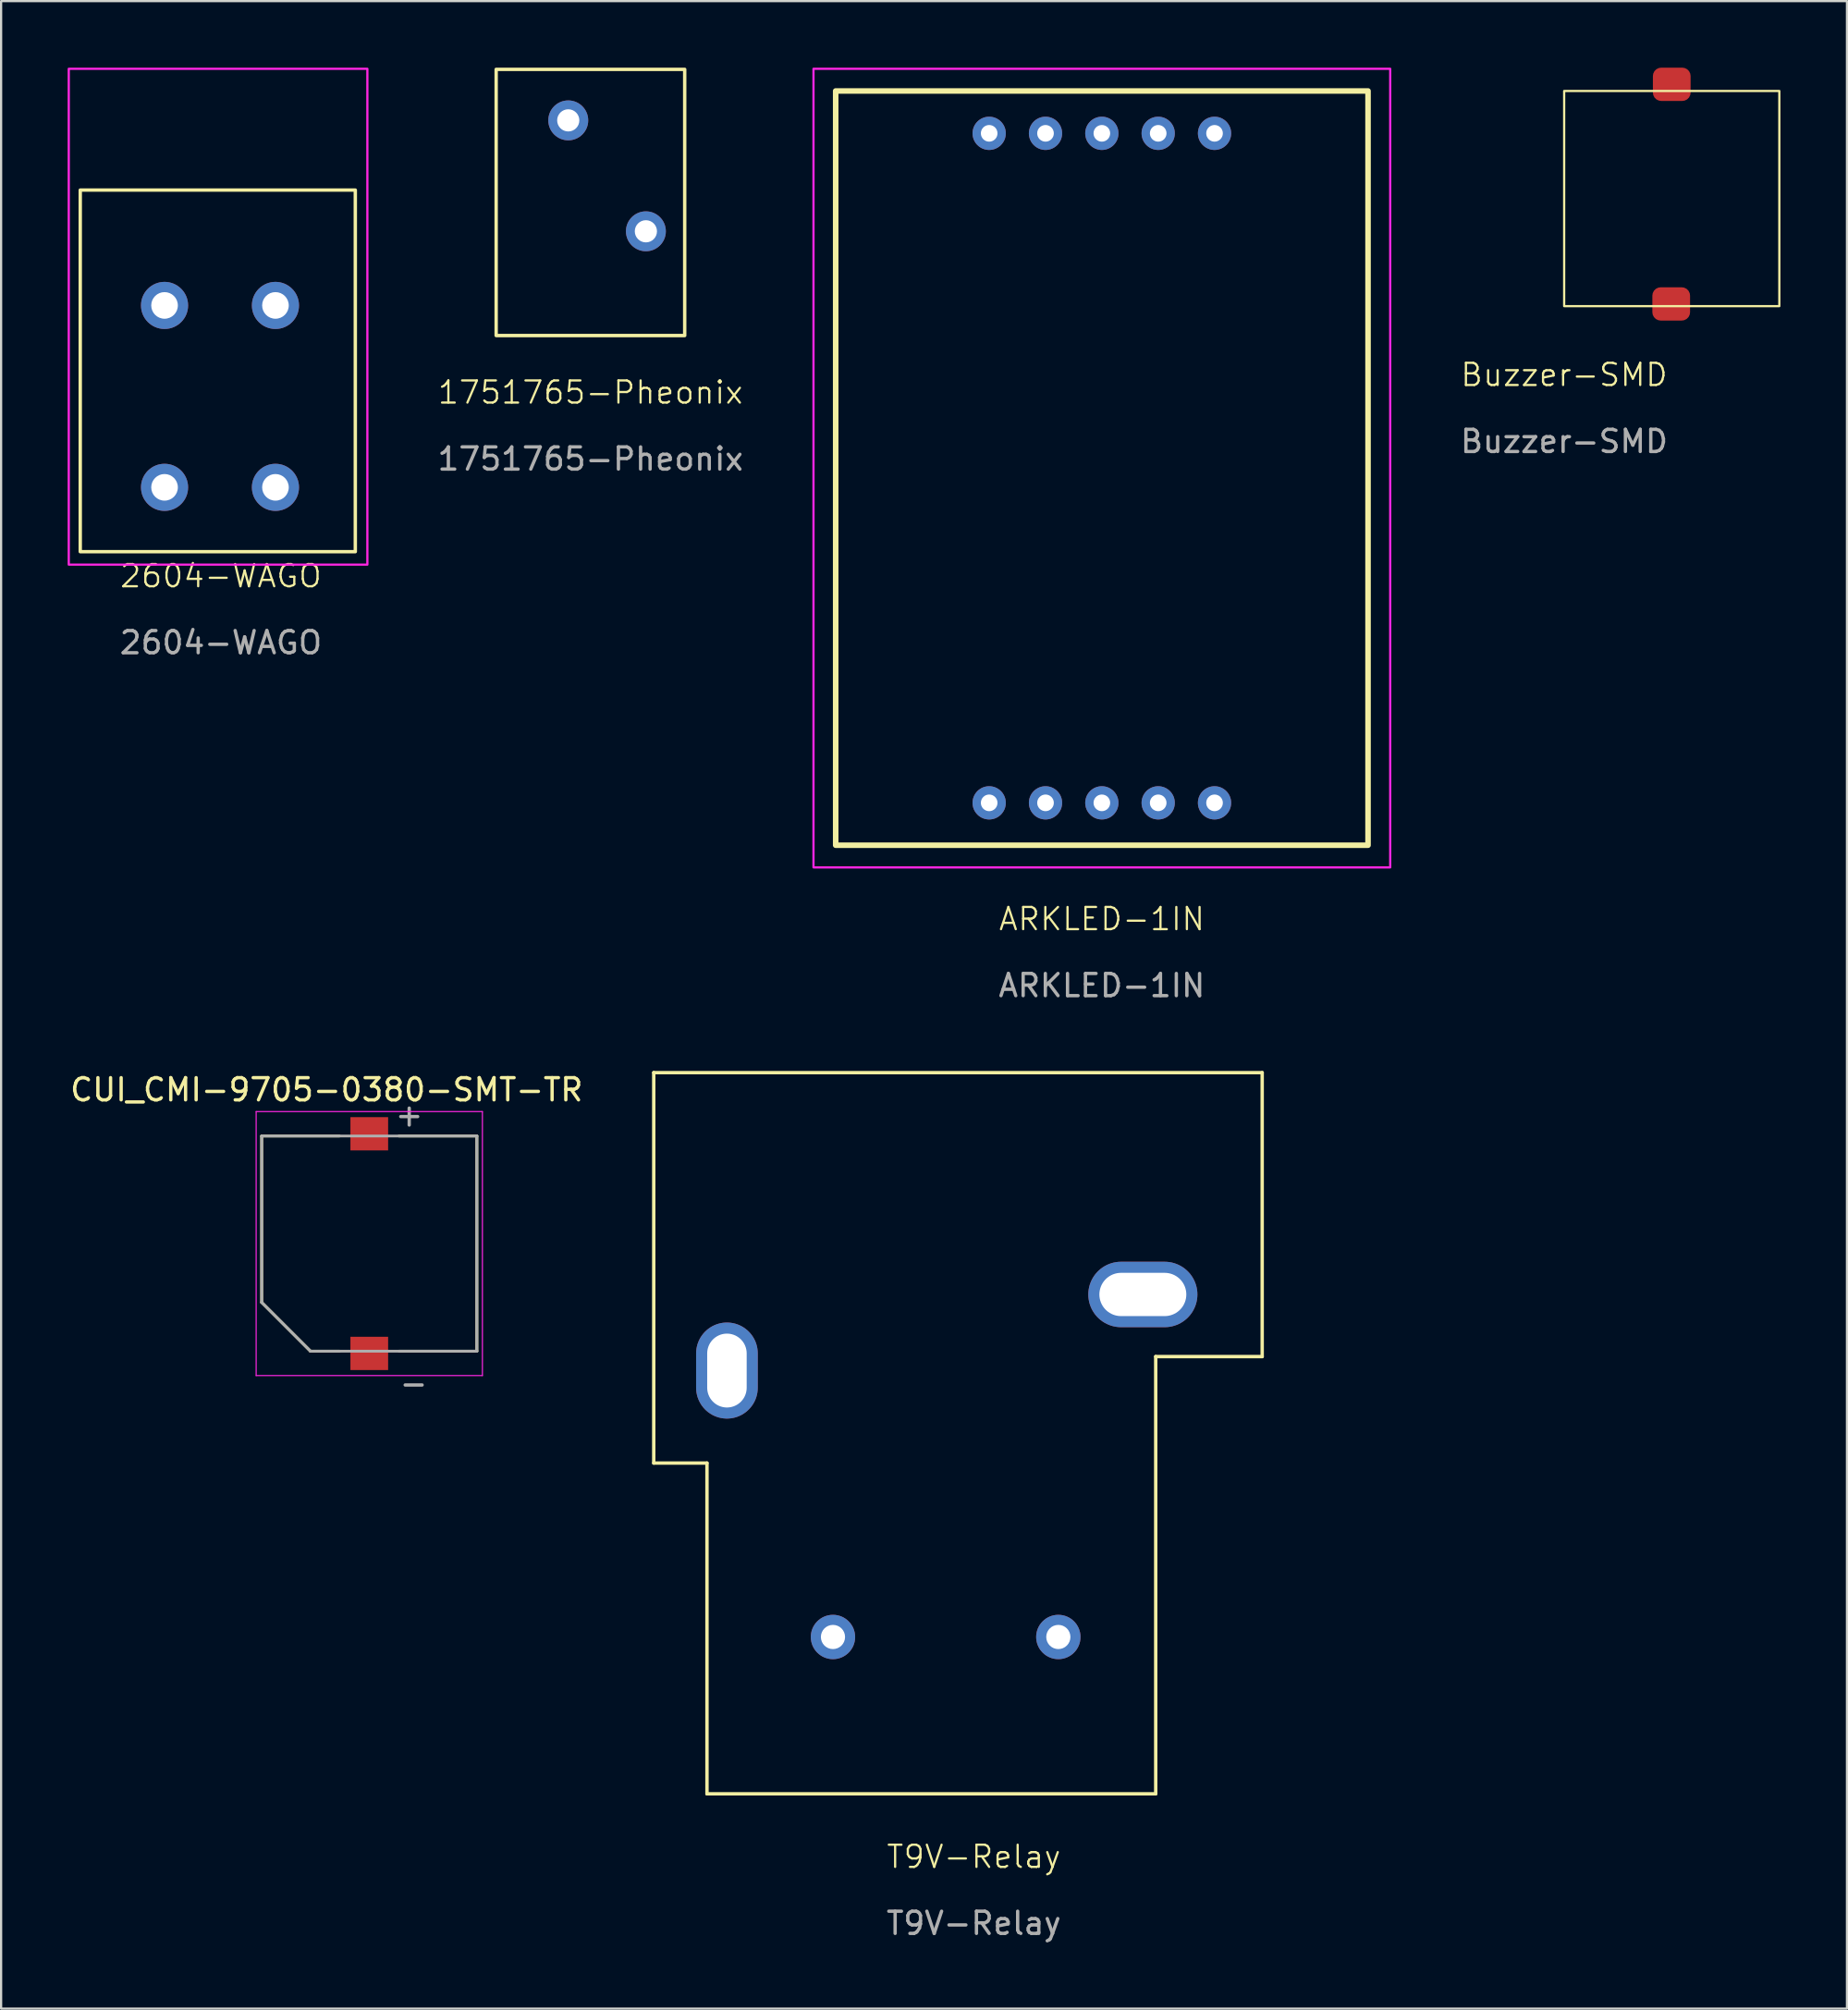
<source format=kicad_pcb>
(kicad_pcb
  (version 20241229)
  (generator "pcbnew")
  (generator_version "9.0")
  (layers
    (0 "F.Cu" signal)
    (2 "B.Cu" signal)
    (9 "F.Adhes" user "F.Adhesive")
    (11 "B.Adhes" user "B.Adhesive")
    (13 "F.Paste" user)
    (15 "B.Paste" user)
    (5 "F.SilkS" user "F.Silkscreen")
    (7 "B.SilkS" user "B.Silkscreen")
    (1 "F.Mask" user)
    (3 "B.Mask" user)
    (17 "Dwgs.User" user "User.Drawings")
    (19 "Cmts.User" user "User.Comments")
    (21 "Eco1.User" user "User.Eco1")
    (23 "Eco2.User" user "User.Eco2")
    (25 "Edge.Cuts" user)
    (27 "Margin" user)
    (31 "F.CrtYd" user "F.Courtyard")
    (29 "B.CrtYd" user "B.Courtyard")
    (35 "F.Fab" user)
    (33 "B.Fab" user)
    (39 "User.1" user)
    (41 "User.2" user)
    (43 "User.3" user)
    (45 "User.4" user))
  (footprint "Buzzer-SMD"
    (layer "F.Cu")
    (at 67.466 10.75)
    (property "Reference" "Buzzer-SMD" (at 0 3.096 0) (unlocked yes) (layer "F.SilkS") (effects (font (size 1 1) (thickness 0.1))))
    (attr smd)
    (fp_rect (start 0 0) (end 9.7 -9.7) (stroke (width 0.1) (type default)) (fill no) (layer "F.SilkS"))
    (fp_text user "${REFERENCE}" (at 0 6.096 0) (unlocked yes) (layer "F.Fab") (effects (font (size 1 1) (thickness 0.15))))
    (pad "" smd roundrect (at 4.85 -10) (size 1.7 1.5) (layers "F.Cu" "F.Mask" "F.Paste") (roundrect_rratio 0.25))
    (pad "1" smd roundrect (at 4.826 -0.1) (size 1.7 1.5) (layers "F.Cu" "F.Mask" "F.Paste") (roundrect_rratio 0.25)))
  (footprint "ARKLED-1IN"
    (layer "F.Cu")
    (at 46.624 35.05)
    (property "Reference" "ARKLED-1IN" (at 0 3.326 0) (unlocked yes) (layer "F.SilkS") (effects (font (size 1 1) (thickness 0.1))))
    (attr through_hole)
    (fp_rect (start -12 0) (end 12 -34) (stroke (width 0.25) (type default)) (fill no) (layer "F.SilkS"))
    (fp_rect (start -13 1) (end 13 -35) (stroke (width 0.1) (type default)) (fill no) (layer "F.CrtYd"))
    (fp_text user "${REFERENCE}" (at 0 6.326 0) (unlocked yes) (layer "F.Fab") (effects (font (size 1 1) (thickness 0.15))))
    (pad "1" thru_hole circle (at -5.08 -1.91) (size 1.5 1.5) (drill 0.75) (layers "*.Cu" "*.Mask"))
    (pad "2" thru_hole circle (at -2.54 -1.91) (size 1.5 1.5) (drill 0.75) (layers "*.Cu" "*.Mask"))
    (pad "3" thru_hole circle (at 0 -32.09) (size 1.5 1.5) (drill 0.75) (layers "*.Cu" "*.Mask"))
    (pad "3" thru_hole circle (at 0 -1.91) (size 1.5 1.5) (drill 0.75) (layers "*.Cu" "*.Mask"))
    (pad "4" thru_hole circle (at 2.54 -1.91) (size 1.5 1.5) (drill 0.75) (layers "*.Cu" "*.Mask"))
    (pad "5" thru_hole circle (at 5.08 -1.91) (size 1.5 1.5) (drill 0.75) (layers "*.Cu" "*.Mask"))
    (pad "6" thru_hole circle (at 5.08 -32.09) (size 1.5 1.5) (drill 0.75) (layers "*.Cu" "*.Mask"))
    (pad "7" thru_hole circle (at 2.54 -32.09) (size 1.5 1.5) (drill 0.75) (layers "*.Cu" "*.Mask"))
    (pad "9" thru_hole circle (at -2.54 -32.09) (size 1.5 1.5) (drill 0.75) (layers "*.Cu" "*.Mask"))
    (pad "10" thru_hole circle (at -5.08 -32.09) (size 1.5 1.5) (drill 0.75) (layers "*.Cu" "*.Mask")))
  (footprint "1751765-Pheonix"
    (layer "F.Cu")
    (at 23.568 12.076)
    (property "Reference" "1751765-Pheonix" (at 0 2.564 0) (unlocked yes) (layer "F.SilkS") (effects (font (size 1 1) (thickness 0.1))))
    (attr through_hole)
    (fp_rect (start -4.25 0) (end 4.25 -12) (stroke (width 0.153) (type default)) (fill no) (layer "F.SilkS"))
    (fp_text user "${REFERENCE}" (at 0 5.564 0) (unlocked yes) (layer "F.Fab") (effects (font (size 1 1) (thickness 0.15))))
    (pad "1" thru_hole circle (at -1 -9.7) (size 1.8 1.8) (drill 1) (layers "*.Cu" "*.Mask"))
    (pad "2" thru_hole circle (at 2.5 -4.7) (size 1.8 1.8) (drill 1) (layers "*.Cu" "*.Mask")))
  (footprint "CUI_CMI-9705-0380-SMT-TR"
    (layer "F.Cu")
    (at 13.598 53.008)
    (property "Reference" "CUI_CMI-9705-0380-SMT-TR" (at -1.925 -6.935 0) (layer "F.SilkS") (effects (font (size 1 1) (thickness 0.15))))
    (attr smd)
    (fp_line (start -4.85 -4.85) (end -4.85 2.65) (stroke (width 0.127) (type solid)) (layer "F.SilkS"))
    (fp_line (start -4.85 2.65) (end -2.65 4.85) (stroke (width 0.127) (type solid)) (layer "F.SilkS"))
    (fp_line (start -2.65 4.85) (end -1.35 4.85) (stroke (width 0.127) (type solid)) (layer "F.SilkS"))
    (fp_line (start -1.35 -4.85) (end -4.85 -4.85) (stroke (width 0.127) (type solid)) (layer "F.SilkS"))
    (fp_line (start 1.35 4.85) (end 4.85 4.85) (stroke (width 0.127) (type solid)) (layer "F.SilkS"))
    (fp_line (start 4.85 -4.85) (end 1.34 -4.85) (stroke (width 0.127) (type solid)) (layer "F.SilkS"))
    (fp_line (start 4.85 4.85) (end 4.85 -4.85) (stroke (width 0.127) (type solid)) (layer "F.SilkS"))
    (fp_line (start -5.1 -5.95) (end 5.1 -5.95) (stroke (width 0.05) (type solid)) (layer "F.CrtYd"))
    (fp_line (start -5.1 5.95) (end -5.1 -5.95) (stroke (width 0.05) (type solid)) (layer "F.CrtYd"))
    (fp_line (start 5.1 -5.95) (end 5.1 5.95) (stroke (width 0.05) (type solid)) (layer "F.CrtYd"))
    (fp_line (start 5.1 5.95) (end -5.1 5.95) (stroke (width 0.05) (type solid)) (layer "F.CrtYd"))
    (fp_line (start -4.85 -4.85) (end -4.85 2.65) (stroke (width 0.127) (type solid)) (layer "F.Fab"))
    (fp_line (start -4.85 -4.85) (end 4.85 -4.85) (stroke (width 0.127) (type solid)) (layer "F.Fab"))
    (fp_line (start -4.85 2.65) (end -2.65 4.85) (stroke (width 0.127) (type solid)) (layer "F.Fab"))
    (fp_line (start 4.85 -4.85) (end 4.85 4.85) (stroke (width 0.127) (type solid)) (layer "F.Fab"))
    (fp_line (start 4.85 4.85) (end -2.65 4.85) (stroke (width 0.127) (type solid)) (layer "F.Fab"))
    (fp_text user "-" (at 2 6.3 0) (layer "F.Fab") (effects (font (size 1 1) (thickness 0.15))))
    (fp_text user "+" (at 1.8 -5.8 0) (layer "F.Fab") (effects (font (size 1 1) (thickness 0.15))))
    (pad "1" smd rect (at 0 -4.95) (size 1.7 1.5) (layers "F.Cu" "F.Mask" "F.Paste"))
    (pad "2" smd rect (at 0 4.95) (size 1.7 1.5) (layers "F.Cu" "F.Mask" "F.Paste")))
  (footprint "2604-WAGO"
    (layer "F.Cu")
    (at 6.908 23.418)
    (property "Reference" "2604-WAGO" (at 0 -0.5 0) (unlocked yes) (layer "F.SilkS") (effects (font (size 1 1) (thickness 0.1))))
    (attr through_hole)
    (fp_rect (start -6.34 -17.9) (end 6.06 -1.6) (stroke (width 0.153) (type default)) (fill no) (layer "F.SilkS"))
    (fp_rect (start -6.858 -23.368) (end 6.604 -1.016) (stroke (width 0.1) (type default)) (fill no) (layer "F.CrtYd"))
    (fp_text user "${REFERENCE}" (at 0 2.5 0) (unlocked yes) (layer "F.Fab") (effects (font (size 1 1) (thickness 0.15))))
    (pad "1" thru_hole circle (at 2.46 -12.7) (size 2.125 2.125) (drill 1.2) (layers "*.Cu" "*.Mask"))
    (pad "1" thru_hole circle (at 2.46 -4.5) (size 2.125 2.125) (drill 1.2) (layers "*.Cu" "*.Mask"))
    (pad "2" thru_hole circle (at -2.54 -12.7) (size 2.125 2.125) (drill 1.2) (layers "*.Cu" "*.Mask"))
    (pad "2" thru_hole circle (at -2.54 -4.5) (size 2.125 2.125) (drill 1.2) (layers "*.Cu" "*.Mask")))
  (footprint "T9V-Relay"
    (layer "F.Cu")
    (at 40.852 73.281)
    (property "Reference" "T9V-Relay" (at 0 7.366 0) (unlocked yes) (layer "F.SilkS") (effects (font (size 1 1) (thickness 0.1))))
    (attr through_hole)
    (fp_line (start -14.43 -27.98) (end -14.43 -10.38) (stroke (width 0.153) (type default)) (layer "F.SilkS"))
    (fp_line (start -14.43 -10.38) (end -12.03 -10.38) (stroke (width 0.153) (type default)) (layer "F.SilkS"))
    (fp_line (start -12.03 4.53) (end -12.03 -10.38) (stroke (width 0.153) (type default)) (layer "F.SilkS"))
    (fp_line (start 8.2 -15.18) (end 8.2 4.53) (stroke (width 0.153) (type default)) (layer "F.SilkS"))
    (fp_line (start 8.2 4.53) (end -12.03 4.53) (stroke (width 0.153) (type default)) (layer "F.SilkS"))
    (fp_line (start 13 -27.98) (end -14.43 -27.98) (stroke (width 0.153) (type default)) (layer "F.SilkS"))
    (fp_line (start 13 -27.98) (end 13 -15.18) (stroke (width 0.153) (type default)) (layer "F.SilkS"))
    (fp_line (start 13 -15.18) (end 8.2 -15.18) (stroke (width 0.153) (type default)) (layer "F.SilkS"))
    (fp_text user "${REFERENCE}" (at 0 10.366 0) (unlocked yes) (layer "F.Fab") (effects (font (size 1 1) (thickness 0.15))))
    (pad "1" thru_hole oval (at 7.62 -17.98) (size 4.92 2.95) (drill oval 3.92 1.95) (layers "*.Cu" "*.Mask"))
    (pad "2" thru_hole oval (at -11.13 -14.55 90) (size 4.33 2.78) (drill oval 3.33 1.78) (layers "*.Cu" "*.Mask"))
    (pad "3" thru_hole circle (at 3.81 -2.54) (size 2 2) (drill 1.09) (layers "*.Cu" "*.Mask"))
    (pad "4" thru_hole circle (at -6.35 -2.54) (size 2 2) (drill 1.09) (layers "*.Cu" "*.Mask")))
  (gr_rect
    (start -3 -3)
    (end 80.216 87.495)
    (stroke (width 0.1) (type default))
    (fill no)
    (layer "Edge.Cuts")))
</source>
